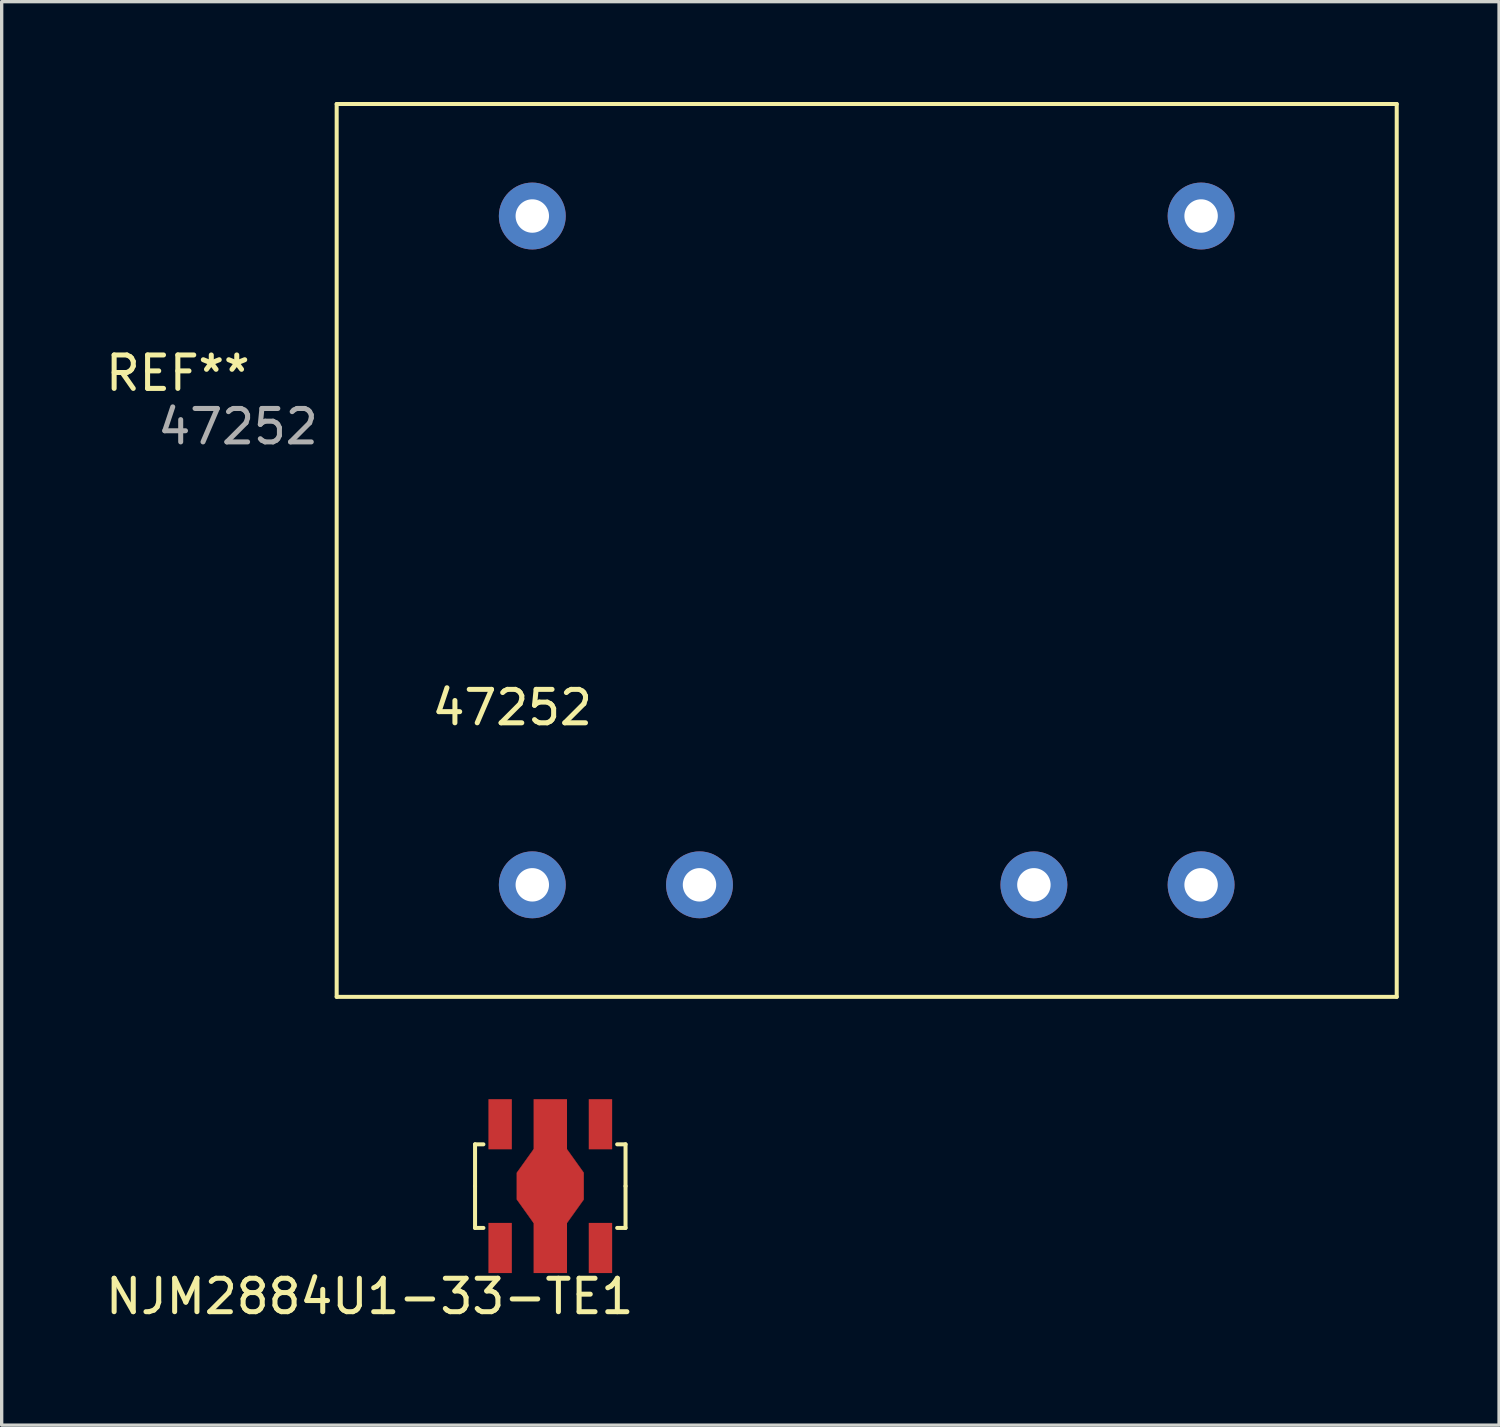
<source format=kicad_pcb>
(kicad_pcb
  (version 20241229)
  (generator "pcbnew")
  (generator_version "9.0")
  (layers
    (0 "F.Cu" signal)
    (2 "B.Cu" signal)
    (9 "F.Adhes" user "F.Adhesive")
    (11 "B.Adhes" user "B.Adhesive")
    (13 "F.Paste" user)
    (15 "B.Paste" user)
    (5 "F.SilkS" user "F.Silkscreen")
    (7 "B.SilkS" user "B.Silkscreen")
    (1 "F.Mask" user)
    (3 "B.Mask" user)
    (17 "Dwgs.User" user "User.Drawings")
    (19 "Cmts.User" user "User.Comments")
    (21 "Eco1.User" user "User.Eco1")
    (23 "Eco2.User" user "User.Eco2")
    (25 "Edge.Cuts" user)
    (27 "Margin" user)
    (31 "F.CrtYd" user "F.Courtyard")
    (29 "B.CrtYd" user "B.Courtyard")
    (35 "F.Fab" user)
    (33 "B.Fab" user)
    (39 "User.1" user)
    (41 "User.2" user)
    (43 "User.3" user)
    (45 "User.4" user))
  (footprint "NJM2884U1-33-TE1"
    (layer "F.Cu")
    (at 13.406 32.42)
    (property "Reference" "NJM2884U1-33-TE1" (at -5.4 3.3 0) (layer "F.SilkS") (effects (font (size 1 1) (thickness 0.15))))
    (attr through_hole)
    (fp_poly (pts (xy 1 -0.4) (xy 1 0.4) (xy 0.5 1.1) (xy -0.5 1.1) (xy -1 0.4) (xy -1 -0.4) (xy -0.5 -1.1) (xy 0.5 -1.1)) (stroke (width 0.01) (type solid)) (fill yes) (layer "F.Cu"))
    (fp_poly (pts (xy 1 -0.4) (xy 1 0.4) (xy 0.5 1.1) (xy -0.5 1.1) (xy -1 0.4) (xy -1 -0.4) (xy -0.5 -1.1) (xy 0.5 -1.1)) (stroke (width 0.01) (type solid)) (fill yes) (layer "F.Mask"))
    (fp_line (start -2.25 -1.25) (end -2 -1.25) (stroke (width 0.12) (type solid)) (layer "F.SilkS"))
    (fp_line (start -2.25 0) (end -2.25 -1.25) (stroke (width 0.12) (type solid)) (layer "F.SilkS"))
    (fp_line (start -2.25 0) (end -2.25 1.25) (stroke (width 0.12) (type solid)) (layer "F.SilkS"))
    (fp_line (start -2.25 1.25) (end -2 1.25) (stroke (width 0.12) (type solid)) (layer "F.SilkS"))
    (fp_line (start 2.25 -1.25) (end 2 -1.25) (stroke (width 0.12) (type solid)) (layer "F.SilkS"))
    (fp_line (start 2.25 0) (end 2.25 -1.25) (stroke (width 0.12) (type solid)) (layer "F.SilkS"))
    (fp_line (start 2.25 0) (end 2.25 1.25) (stroke (width 0.12) (type solid)) (layer "F.SilkS"))
    (fp_line (start 2.25 1.25) (end 2 1.25) (stroke (width 0.12) (type solid)) (layer "F.SilkS"))
    (pad "1" smd rect (at -1.5 1.85 180) (size 0.7 1.5) (layers "F.Cu" "F.Mask" "F.Paste"))
    (pad "2" smd rect (at 0 0 180) (size 1 5.2) (layers "F.Cu" "F.Mask" "F.Paste"))
    (pad "3" smd rect (at 1.5 1.85 180) (size 0.7 1.5) (layers "F.Cu" "F.Mask" "F.Paste"))
    (pad "4" smd rect (at 1.5 -1.85 180) (size 0.7 1.5) (layers "F.Cu" "F.Mask" "F.Paste"))
    (pad "5" smd rect (at -1.5 -1.85 180) (size 0.7 1.5) (layers "F.Cu" "F.Mask" "F.Paste")))
  (footprint "47252"
    (layer "F.Cu")
    (at 22.868 13.41)
    (property "Reference" "47252" (at -10.6 4.7 0) (layer "F.SilkS") (effects (font (size 1 1) (thickness 0.15))))
    (attr through_hole)
    (fp_line (start -15.85 -13.35) (end 15.85 -13.35) (stroke (width 0.12) (type solid)) (layer "F.SilkS"))
    (fp_line (start -15.85 13.35) (end -15.85 -13.35) (stroke (width 0.12) (type solid)) (layer "F.SilkS"))
    (fp_line (start -15.85 13.35) (end 15.85 13.35) (stroke (width 0.12) (type solid)) (layer "F.SilkS"))
    (fp_line (start 15.85 13.35) (end 15.85 -13.35) (stroke (width 0.12) (type solid)) (layer "F.SilkS"))
    (fp_circle (center 0 0) (end 0.4 0.2) (stroke (width 0.12) (type solid)) (fill no) (layer "Eco1.User"))
    (fp_text user "REF**" (at -20.6 -5.3 0) (layer "F.SilkS") (effects (font (size 1 1) (thickness 0.15))))
    (fp_text user "47252" (at -18.8 -3.7 0) (layer "F.Fab") (effects (font (size 1 1) (thickness 0.15))))
    (pad "1" thru_hole circle (at -10 -10 180) (size 2 2) (drill 1) (layers "*.Cu" "*.Mask"))
    (pad "5" thru_hole circle (at 10 -10 180) (size 2 2) (drill 1) (layers "*.Cu" "*.Mask"))
    (pad "6" thru_hole circle (at 10 10 180) (size 2 2) (drill 1) (layers "*.Cu" "*.Mask"))
    (pad "7" thru_hole circle (at 5 10 180) (size 2 2) (drill 1) (layers "*.Cu" "*.Mask"))
    (pad "9" thru_hole circle (at -5 10 180) (size 2 2) (drill 1) (layers "*.Cu" "*.Mask"))
    (pad "10" thru_hole circle (at -10 10 180) (size 2 2) (drill 1) (layers "*.Cu" "*.Mask")))
  (gr_rect
    (start -3 -3)
    (end 41.778 39.568)
    (stroke (width 0.1) (type default))
    (fill no)
    (layer "Edge.Cuts")))
</source>
